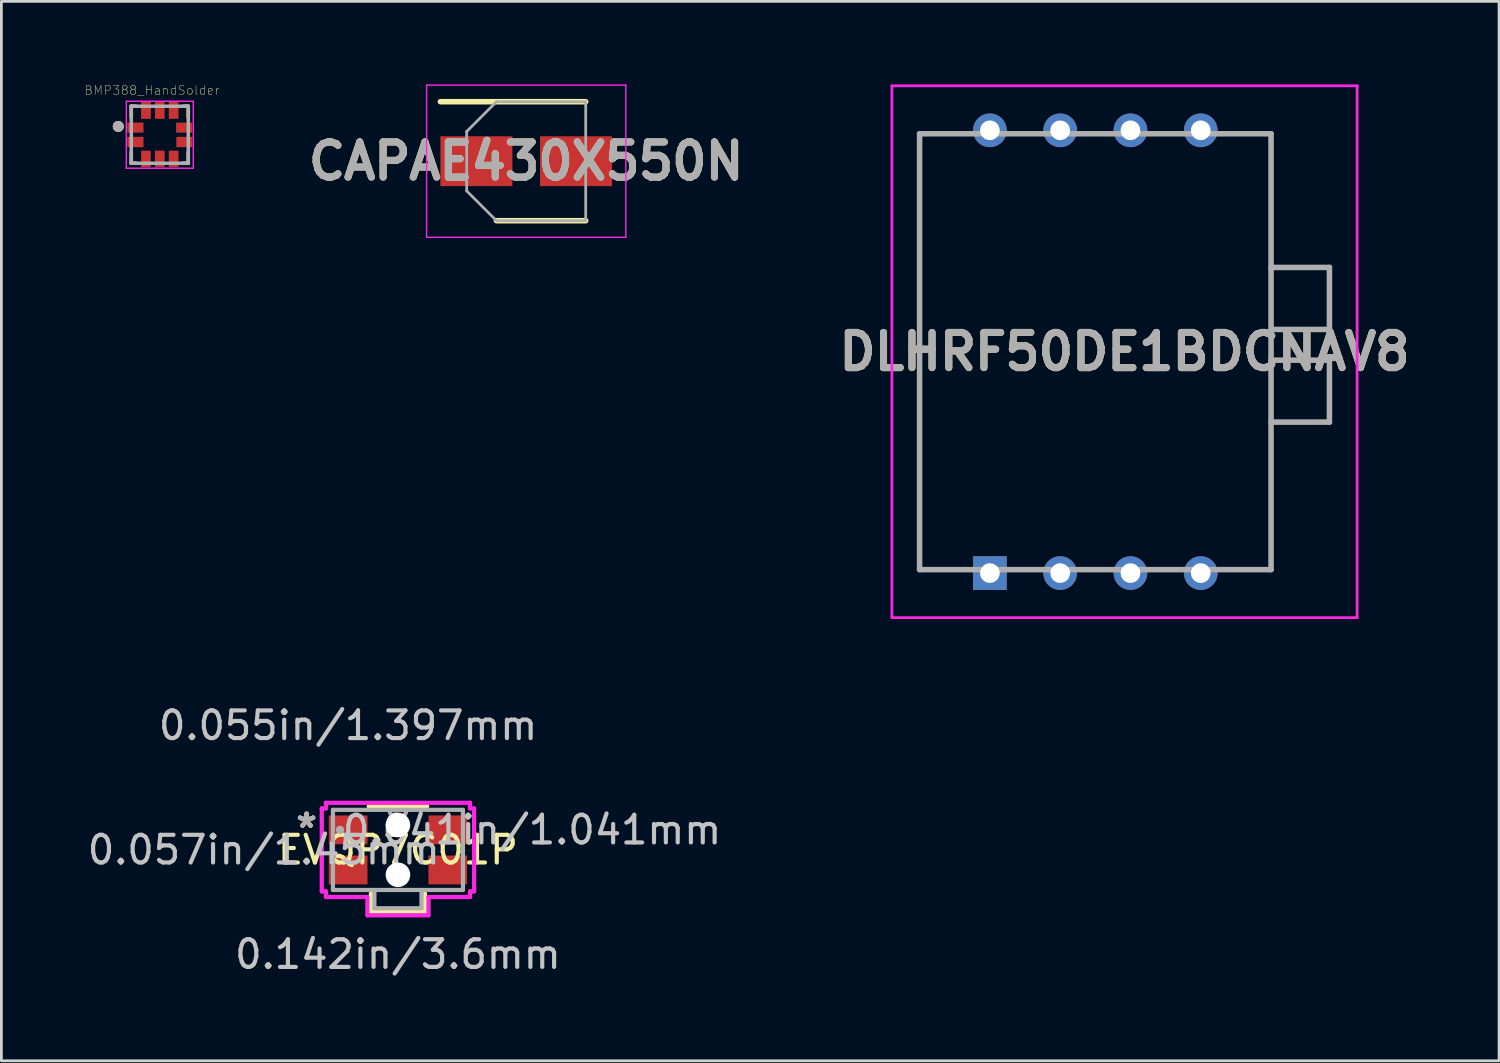
<source format=kicad_pcb>
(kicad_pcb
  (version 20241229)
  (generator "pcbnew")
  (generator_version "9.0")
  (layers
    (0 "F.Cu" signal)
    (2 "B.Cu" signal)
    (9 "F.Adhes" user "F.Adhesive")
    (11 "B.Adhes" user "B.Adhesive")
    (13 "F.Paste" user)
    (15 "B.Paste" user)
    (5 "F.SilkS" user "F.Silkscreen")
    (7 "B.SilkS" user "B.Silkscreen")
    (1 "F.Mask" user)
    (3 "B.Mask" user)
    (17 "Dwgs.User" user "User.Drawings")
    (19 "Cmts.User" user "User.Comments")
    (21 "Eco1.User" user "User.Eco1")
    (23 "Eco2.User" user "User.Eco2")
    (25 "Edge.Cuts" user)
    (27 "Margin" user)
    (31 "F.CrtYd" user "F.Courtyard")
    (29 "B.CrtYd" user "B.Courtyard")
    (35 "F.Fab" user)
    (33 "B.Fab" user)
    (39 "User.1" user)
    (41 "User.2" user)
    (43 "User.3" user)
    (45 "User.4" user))
  (footprint "EVQP7C01P"
    (layer "F.Cu")
    (at 11.33 27.662)
    (property "Reference" "EVQP7C01P" (at 0 0 0) (layer "F.SilkS") (effects (font (size 1 1) (thickness 0.15))))
    (attr through_hole)
    (fp_line (start -0.978 1.575) (end -0.978 2.235) (stroke (width 0.152) (type solid)) (layer "F.SilkS"))
    (fp_line (start -0.978 2.235) (end 0.978 2.235) (stroke (width 0.152) (type solid)) (layer "F.SilkS"))
    (fp_line (start 0.978 2.235) (end 0.978 1.575) (stroke (width 0.152) (type solid)) (layer "F.SilkS"))
    (fp_line (start 1.052 -1.575) (end -1.052 -1.575) (stroke (width 0.152) (type solid)) (layer "F.SilkS"))
    (fp_line (start 1.052 -1.575) (end -1.052 -1.575) (stroke (width 0.152) (type solid)) (layer "F.SilkS"))
    (fp_line (start -2.752 -1.5) (end -2.752 1.5) (stroke (width 0.152) (type solid)) (layer "F.CrtYd"))
    (fp_line (start -2.752 1.5) (end -2.603 1.5) (stroke (width 0.152) (type solid)) (layer "F.CrtYd"))
    (fp_line (start -2.603 -1.702) (end -2.603 -1.5) (stroke (width 0.152) (type solid)) (layer "F.CrtYd"))
    (fp_line (start -2.603 -1.5) (end -2.752 -1.5) (stroke (width 0.152) (type solid)) (layer "F.CrtYd"))
    (fp_line (start -2.603 1.5) (end -2.603 1.702) (stroke (width 0.152) (type solid)) (layer "F.CrtYd"))
    (fp_line (start -2.603 1.702) (end -1.105 1.702) (stroke (width 0.152) (type solid)) (layer "F.CrtYd"))
    (fp_line (start -1.105 1.702) (end -1.105 2.362) (stroke (width 0.152) (type solid)) (layer "F.CrtYd"))
    (fp_line (start -1.105 2.362) (end 1.105 2.362) (stroke (width 0.152) (type solid)) (layer "F.CrtYd"))
    (fp_line (start 1.105 1.702) (end 2.603 1.702) (stroke (width 0.152) (type solid)) (layer "F.CrtYd"))
    (fp_line (start 1.105 2.362) (end 1.105 1.702) (stroke (width 0.152) (type solid)) (layer "F.CrtYd"))
    (fp_line (start 2.603 -1.702) (end -2.603 -1.702) (stroke (width 0.152) (type solid)) (layer "F.CrtYd"))
    (fp_line (start 2.603 -1.5) (end 2.603 -1.702) (stroke (width 0.152) (type solid)) (layer "F.CrtYd"))
    (fp_line (start 2.603 1.5) (end 2.752 1.5) (stroke (width 0.152) (type solid)) (layer "F.CrtYd"))
    (fp_line (start 2.603 1.702) (end 2.603 1.5) (stroke (width 0.152) (type solid)) (layer "F.CrtYd"))
    (fp_line (start 2.752 -1.5) (end 2.603 -1.5) (stroke (width 0.152) (type solid)) (layer "F.CrtYd"))
    (fp_line (start 2.752 1.5) (end 2.752 -1.5) (stroke (width 0.152) (type solid)) (layer "F.CrtYd"))
    (fp_line (start -2.349 -1.448) (end -2.349 1.448) (stroke (width 0.152) (type solid)) (layer "F.Fab"))
    (fp_line (start -2.349 1.448) (end 2.349 1.448) (stroke (width 0.152) (type solid)) (layer "F.Fab"))
    (fp_line (start -0.851 2.108) (end -0.851 1.448) (stroke (width 0.152) (type solid)) (layer "F.Fab"))
    (fp_line (start 0.851 1.448) (end 0.851 2.108) (stroke (width 0.152) (type solid)) (layer "F.Fab"))
    (fp_line (start 0.851 2.108) (end -0.851 2.108) (stroke (width 0.152) (type solid)) (layer "F.Fab"))
    (fp_line (start 2.349 -1.448) (end -2.349 -1.448) (stroke (width 0.152) (type solid)) (layer "F.Fab"))
    (fp_line (start 2.349 1.448) (end 2.349 -1.448) (stroke (width 0.152) (type solid)) (layer "F.Fab"))
    (fp_arc (start 0.3048 -1.4478) (mid 0 -1.143) (end -0.3048 -1.4478) (stroke (width 0.1524) (type solid)) (layer "F.Fab"))
    (fp_circle (center -2.095 -0.725) (end -2.095 -0.725) (stroke (width 0.152) (type solid)) (fill no) (layer "F.Fab"))
    (fp_text user "*" (at -3.302 -0.762 0) (layer "F.SilkS") (effects (font (size 1 1) (thickness 0.15))))
    (fp_text user "*" (at -3.302 -0.762 0) (layer "F.SilkS") (effects (font (size 1 1) (thickness 0.15))))
    (fp_text user "*" (at -3.302 -0.762 0) (layer "B.SilkS") (effects (font (size 1 1) (thickness 0.15))))
    (fp_text user "0.057in/1.45mm" (at -4.848 0 0) (layer "Dwgs.User") (effects (font (size 1 1) (thickness 0.15))))
    (fp_text user "0.142in/3.6mm" (at 0 3.773 0) (layer "Dwgs.User") (effects (font (size 1 1) (thickness 0.15))))
    (fp_text user "0.055in/1.397mm" (at -1.8 -4.496 0) (layer "Dwgs.User") (effects (font (size 1 1) (thickness 0.15))))
    (fp_text user "0.041in/1.041mm" (at 4.848 -0.725 0) (layer "Dwgs.User") (effects (font (size 1 1) (thickness 0.15))))
    (fp_text user "Copyright 2016 Accelerated Designs. All rights reserved." (at 0 0 0) (layer "Cmts.User") (effects (font (size 0.127 0.127) (thickness 0.002))))
    (fp_text user "*" (at -3.302 -0.762 0) (layer "F.Fab") (effects (font (size 1 1) (thickness 0.15))))
    (fp_text user "*" (at -3.302 -0.762 0) (layer "F.Fab") (effects (font (size 1 1) (thickness 0.15))))
    (pad "" np_thru_hole circle (at 0 -0.9) (size 0.889 0.889) (drill 0.889) (layers "*.Cu" "*.Mask"))
    (pad "" np_thru_hole circle (at 0 0.9) (size 0.889 0.889) (drill 0.889) (layers "*.Cu" "*.Mask"))
    (pad "1" smd rect (at -1.8 -0.725) (size 1.397 1.041) (layers "F.Cu" "F.Mask" "F.Paste"))
    (pad "2" smd rect (at -1.8 0.725) (size 1.397 1.041) (layers "F.Cu" "F.Mask" "F.Paste"))
    (pad "3" smd rect (at 1.8 0.725) (size 1.397 1.041) (layers "F.Cu" "F.Mask" "F.Paste"))
    (pad "4" smd rect (at 1.8 -0.725) (size 1.397 1.041) (layers "F.Cu" "F.Mask" "F.Paste")))
  (footprint "CAPAE430X550N"
    (layer "F.Cu")
    (at 15.965 2.775)
    (property "Reference" "CAPAE430X550N" (at 0 0 0) (layer "F.SilkS") (effects (font (size 1.27 1.27) (thickness 0.254))))
    (attr smd)
    (fp_line (start -3.1 -2.15) (end 2.15 -2.15) (stroke (width 0.2) (type solid)) (layer "F.SilkS"))
    (fp_line (start -1.075 2.15) (end 2.15 2.15) (stroke (width 0.2) (type solid)) (layer "F.SilkS"))
    (fp_line (start -3.6 -2.75) (end 3.6 -2.75) (stroke (width 0.05) (type solid)) (layer "F.CrtYd"))
    (fp_line (start -3.6 2.75) (end -3.6 -2.75) (stroke (width 0.05) (type solid)) (layer "F.CrtYd"))
    (fp_line (start 3.6 -2.75) (end 3.6 2.75) (stroke (width 0.05) (type solid)) (layer "F.CrtYd"))
    (fp_line (start 3.6 2.75) (end -3.6 2.75) (stroke (width 0.05) (type solid)) (layer "F.CrtYd"))
    (fp_line (start -2.15 -1.075) (end -2.15 1.075) (stroke (width 0.1) (type solid)) (layer "F.Fab"))
    (fp_line (start -2.15 1.075) (end -1.075 2.15) (stroke (width 0.1) (type solid)) (layer "F.Fab"))
    (fp_line (start -1.075 -2.15) (end -2.15 -1.075) (stroke (width 0.1) (type solid)) (layer "F.Fab"))
    (fp_line (start -1.075 2.15) (end 2.15 2.15) (stroke (width 0.1) (type solid)) (layer "F.Fab"))
    (fp_line (start 2.15 -2.15) (end -1.075 -2.15) (stroke (width 0.1) (type solid)) (layer "F.Fab"))
    (fp_line (start 2.15 2.15) (end 2.15 -2.15) (stroke (width 0.1) (type solid)) (layer "F.Fab"))
    (fp_text user "${REFERENCE}" (at 0 0 0) (layer "F.Fab") (effects (font (size 1.27 1.27) (thickness 0.254))))
    (pad "1" smd rect (at -1.8 0 90) (size 1.8 2.6) (layers "F.Cu" "F.Mask" "F.Paste"))
    (pad "2" smd rect (at 1.8 0 90) (size 1.8 2.6) (layers "F.Cu" "F.Mask" "F.Paste")))
  (footprint "BMP388_HandSolder"
    (layer "F.Cu")
    (at 2.724 1.819)
    (property "Reference" "BMP388_HandSolder" (at -0.284 -1.605 0) (layer "F.SilkS") (effects (font (size 0.32 0.32) (thickness 0.015))))
    (attr through_hole)
    (fp_line (start -1.03 -1.03) (end -0.85 -1.03) (stroke (width 0.127) (type solid)) (layer "F.SilkS"))
    (fp_line (start -1.03 -0.63) (end -1.03 -1.03) (stroke (width 0.127) (type solid)) (layer "F.SilkS"))
    (fp_line (start -1.03 1.03) (end -1.03 0.63) (stroke (width 0.127) (type solid)) (layer "F.SilkS"))
    (fp_line (start -0.85 1.03) (end -1.03 1.03) (stroke (width 0.127) (type solid)) (layer "F.SilkS"))
    (fp_line (start 0.85 -1.03) (end 1.03 -1.03) (stroke (width 0.127) (type solid)) (layer "F.SilkS"))
    (fp_line (start 0.85 1.03) (end 1.03 1.03) (stroke (width 0.127) (type solid)) (layer "F.SilkS"))
    (fp_line (start 1.03 -1.03) (end 1.03 -0.63) (stroke (width 0.127) (type solid)) (layer "F.SilkS"))
    (fp_line (start 1.03 1.03) (end 1.03 0.63) (stroke (width 0.127) (type solid)) (layer "F.SilkS"))
    (fp_circle (center -1.5 -0.3) (end -1.4 -0.3) (stroke (width 0.2) (type solid)) (fill no) (layer "F.SilkS"))
    (fp_line (start -1.21 -1.21) (end 1.21 -1.21) (stroke (width 0.05) (type solid)) (layer "F.CrtYd"))
    (fp_line (start -1.21 1.21) (end -1.21 -1.21) (stroke (width 0.05) (type solid)) (layer "F.CrtYd"))
    (fp_line (start 1.21 -1.21) (end 1.21 1.21) (stroke (width 0.05) (type solid)) (layer "F.CrtYd"))
    (fp_line (start 1.21 1.21) (end -1.21 1.21) (stroke (width 0.05) (type solid)) (layer "F.CrtYd"))
    (fp_line (start -1.03 -1.03) (end 1.03 -1.03) (stroke (width 0.127) (type solid)) (layer "F.Fab"))
    (fp_line (start -1.03 1.03) (end -1.03 -1.03) (stroke (width 0.127) (type solid)) (layer "F.Fab"))
    (fp_line (start 1.03 -1.03) (end 1.03 1.03) (stroke (width 0.127) (type solid)) (layer "F.Fab"))
    (fp_line (start 1.03 1.03) (end -1.03 1.03) (stroke (width 0.127) (type solid)) (layer "F.Fab"))
    (fp_circle (center -1.5 -0.3) (end -1.4 -0.3) (stroke (width 0.2) (type solid)) (fill no) (layer "F.Fab"))
    (pad "1" smd rect (at -0.882 -0.258) (size 0.585 0.365) (layers "F.Cu" "F.Mask" "F.Paste"))
    (pad "2" smd rect (at -0.882 0.263) (size 0.585 0.375) (layers "F.Cu" "F.Mask" "F.Paste"))
    (pad "3" smd rect (at -0.5 0.875) (size 0.35 0.6) (layers "F.Cu" "F.Mask" "F.Paste"))
    (pad "4" smd rect (at 0 0.875) (size 0.35 0.6) (layers "F.Cu" "F.Mask" "F.Paste"))
    (pad "5" smd rect (at 0.5 0.875) (size 0.35 0.6) (layers "F.Cu" "F.Mask" "F.Paste"))
    (pad "6" smd rect (at 0.887 0.263) (size 0.575 0.375) (layers "F.Cu" "F.Mask" "F.Paste"))
    (pad "7" smd rect (at 0.882 -0.258) (size 0.585 0.365) (layers "F.Cu" "F.Mask" "F.Paste"))
    (pad "8" smd rect (at 0.5 -0.887) (size 0.35 0.625) (layers "F.Cu" "F.Mask" "F.Paste"))
    (pad "9" smd rect (at 0 -0.887) (size 0.35 0.625) (layers "F.Cu" "F.Mask" "F.Paste"))
    (pad "10" smd rect (at -0.5 -0.887) (size 0.35 0.625) (layers "F.Cu" "F.Mask" "F.Paste")))
  (footprint "DLHRF50DE1BDCNAV8"
    (layer "F.Cu")
    (at 32.72 17.659)
    (property "Reference" "DLHRF50DE1BDCNAV8" (at 4.865 -8 0) (layer "F.SilkS") (effects (font (size 1.27 1.27) (thickness 0.254))))
    (attr through_hole)
    (fp_line (start -2.54 -15.875) (end -2.54 -0.125) (stroke (width 0.1) (type solid)) (layer "F.SilkS"))
    (fp_line (start -2.54 -0.125) (end -1.19 -0.125) (stroke (width 0.1) (type solid)) (layer "F.SilkS"))
    (fp_line (start -1.19 -15.875) (end -2.54 -15.875) (stroke (width 0.1) (type solid)) (layer "F.SilkS"))
    (fp_line (start 8.81 -0.125) (end 10.16 -0.125) (stroke (width 0.1) (type solid)) (layer "F.SilkS"))
    (fp_line (start 10.16 -15.875) (end 8.81 -15.875) (stroke (width 0.1) (type solid)) (layer "F.SilkS"))
    (fp_line (start 10.16 -0.125) (end 10.16 -15.875) (stroke (width 0.1) (type solid)) (layer "F.SilkS"))
    (fp_line (start -3.54 -17.609) (end 13.27 -17.609) (stroke (width 0.1) (type solid)) (layer "F.CrtYd"))
    (fp_line (start -3.54 1.609) (end -3.54 -17.609) (stroke (width 0.1) (type solid)) (layer "F.CrtYd"))
    (fp_line (start 13.27 -17.609) (end 13.27 1.609) (stroke (width 0.1) (type solid)) (layer "F.CrtYd"))
    (fp_line (start 13.27 1.609) (end -3.54 1.609) (stroke (width 0.1) (type solid)) (layer "F.CrtYd"))
    (fp_line (start -2.54 -15.875) (end 10.16 -15.875) (stroke (width 0.2) (type solid)) (layer "F.Fab"))
    (fp_line (start -2.54 -0.125) (end -2.54 -15.875) (stroke (width 0.2) (type solid)) (layer "F.Fab"))
    (fp_line (start 10.16 -15.875) (end 10.16 -0.125) (stroke (width 0.2) (type solid)) (layer "F.Fab"))
    (fp_line (start 10.16 -11.045) (end 12.27 -11.045) (stroke (width 0.2) (type solid)) (layer "F.Fab"))
    (fp_line (start 10.16 -7.695) (end 12.27 -7.695) (stroke (width 0.2) (type solid)) (layer "F.Fab"))
    (fp_line (start 10.16 -0.125) (end -2.54 -0.125) (stroke (width 0.2) (type solid)) (layer "F.Fab"))
    (fp_line (start 12.27 -11.045) (end 12.27 -8.805) (stroke (width 0.2) (type solid)) (layer "F.Fab"))
    (fp_line (start 12.27 -8.805) (end 10.16 -8.805) (stroke (width 0.2) (type solid)) (layer "F.Fab"))
    (fp_line (start 12.27 -7.695) (end 12.27 -5.455) (stroke (width 0.2) (type solid)) (layer "F.Fab"))
    (fp_line (start 12.27 -5.455) (end 10.16 -5.455) (stroke (width 0.2) (type solid)) (layer "F.Fab"))
    (fp_text user "${REFERENCE}" (at 4.865 -8 0) (layer "F.Fab") (effects (font (size 1.27 1.27) (thickness 0.254))))
    (pad "1" thru_hole rect (at 0 0) (size 1.217 1.217) (drill 0.71) (layers "*.Cu" "*.Mask"))
    (pad "2" thru_hole circle (at 2.54 0) (size 1.217 1.217) (drill 0.71) (layers "*.Cu" "*.Mask"))
    (pad "3" thru_hole circle (at 5.08 0) (size 1.217 1.217) (drill 0.71) (layers "*.Cu" "*.Mask"))
    (pad "4" thru_hole circle (at 7.62 0) (size 1.217 1.217) (drill 0.71) (layers "*.Cu" "*.Mask"))
    (pad "5" thru_hole circle (at 7.62 -16) (size 1.217 1.217) (drill 0.71) (layers "*.Cu" "*.Mask"))
    (pad "6" thru_hole circle (at 5.08 -16) (size 1.217 1.217) (drill 0.71) (layers "*.Cu" "*.Mask"))
    (pad "7" thru_hole circle (at 2.54 -16) (size 1.217 1.217) (drill 0.71) (layers "*.Cu" "*.Mask"))
    (pad "8" thru_hole circle (at 0 -16) (size 1.217 1.217) (drill 0.71) (layers "*.Cu" "*.Mask")))
  (gr_rect
    (start -3 -3)
    (end 51.12 35.283)
    (stroke (width 0.1) (type default))
    (fill no)
    (layer "Edge.Cuts")))
</source>
